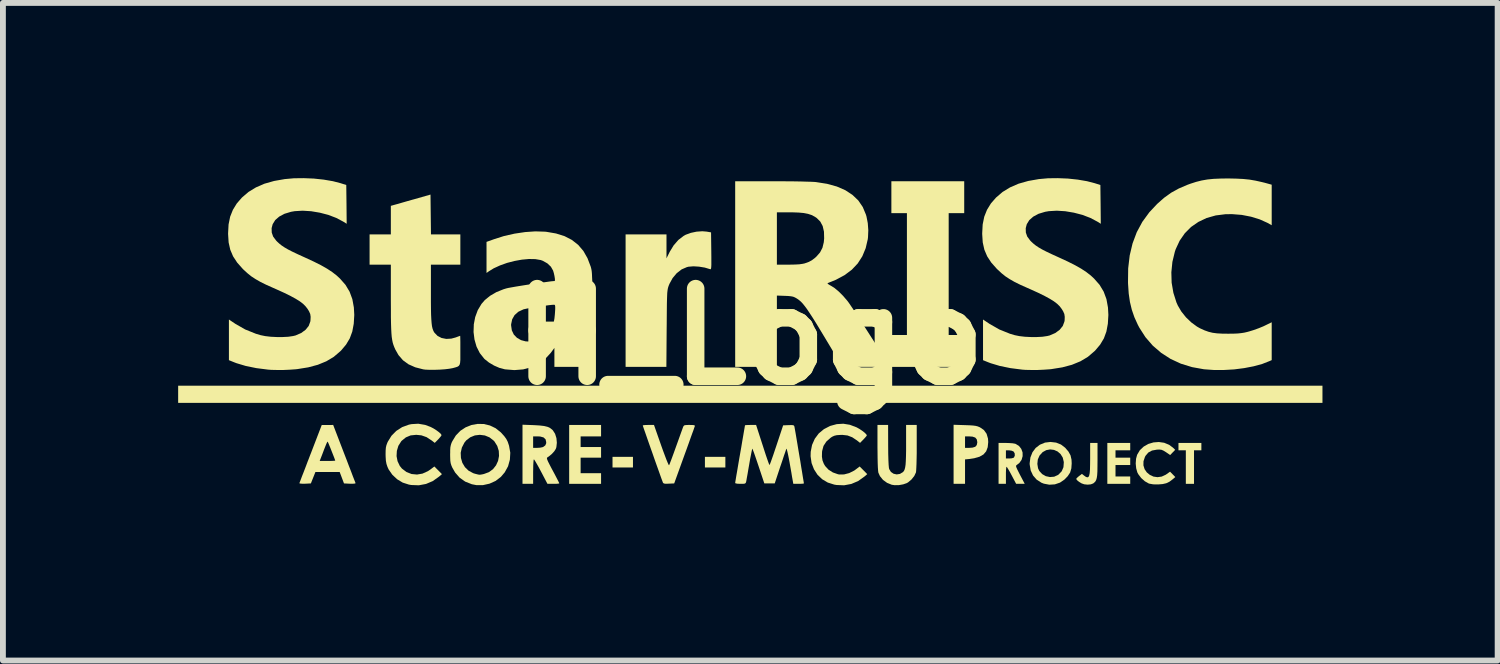
<source format=kicad_pcb>
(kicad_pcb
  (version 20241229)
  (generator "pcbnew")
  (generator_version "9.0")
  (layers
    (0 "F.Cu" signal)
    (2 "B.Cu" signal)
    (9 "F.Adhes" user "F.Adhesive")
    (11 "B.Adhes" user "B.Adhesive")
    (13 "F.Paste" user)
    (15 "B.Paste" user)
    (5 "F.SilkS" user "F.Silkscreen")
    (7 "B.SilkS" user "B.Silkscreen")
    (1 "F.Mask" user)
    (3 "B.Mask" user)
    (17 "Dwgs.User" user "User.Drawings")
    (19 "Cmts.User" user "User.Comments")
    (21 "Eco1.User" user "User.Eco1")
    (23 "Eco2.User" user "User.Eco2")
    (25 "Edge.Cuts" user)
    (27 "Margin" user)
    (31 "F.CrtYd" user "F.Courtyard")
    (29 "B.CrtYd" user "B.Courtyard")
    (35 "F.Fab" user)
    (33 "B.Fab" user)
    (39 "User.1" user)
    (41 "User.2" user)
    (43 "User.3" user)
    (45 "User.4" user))
  (footprint "H_Logo"
    (layer "F.Cu")
    (at 9.788 2.713)
    (property "Reference" "H_Logo" (at 0 0 0) (layer "F.SilkS") (effects (font (size 1.5 1.5) (thickness 0.3))))
    (attr board_only exclude_from_pos_files exclude_from_bom)
    (fp_poly (pts (xy -2.002 2.149) (xy -2.002 2.24) (xy -2.177 2.24) (xy -2.352 2.24) (xy -2.352 2.149) (xy -2.352 2.058) (xy -2.177 2.058) (xy -2.002 2.058)) (stroke (width 0) (type solid)) (fill yes) (layer "F.SilkS"))
    (fp_poly (pts (xy -0.42 2.149) (xy -0.42 2.24) (xy -0.595 2.24) (xy -0.77 2.24) (xy -0.77 2.149) (xy -0.77 2.058) (xy -0.595 2.058) (xy -0.42 2.058)) (stroke (width 0) (type solid)) (fill yes) (layer "F.SilkS"))
    (fp_poly (pts (xy 9.802 0.987) (xy 9.802 1.134) (xy 0.007 1.134) (xy -9.788 1.134) (xy -9.788 0.987) (xy -9.788 0.84) (xy 0.007 0.84) (xy 9.802 0.84)) (stroke (width 0) (type solid)) (fill yes) (layer "F.SilkS"))
    (fp_poly (pts (xy 7.729 1.883) (xy 7.729 1.946) (xy 7.666 1.946) (xy 7.603 1.946) (xy 7.603 2.233) (xy 7.603 2.52) (xy 7.533 2.52) (xy 7.463 2.52) (xy 7.463 2.233) (xy 7.463 1.946) (xy 7.4 1.946) (xy 7.337 1.946) (xy 7.337 1.883) (xy 7.337 1.82) (xy 7.533 1.82) (xy 7.729 1.82)) (stroke (width 0) (type solid)) (fill yes) (layer "F.SilkS"))
    (fp_poly (pts (xy -2.548 1.61) (xy -2.548 1.708) (xy -2.723 1.708) (xy -2.898 1.708) (xy -2.898 1.799) (xy -2.898 1.89) (xy -2.723 1.89) (xy -2.548 1.89) (xy -2.548 1.981) (xy -2.548 2.072) (xy -2.723 2.072) (xy -2.898 2.072) (xy -2.898 2.205) (xy -2.898 2.338) (xy -2.723 2.338) (xy -2.548 2.338) (xy -2.548 2.429) (xy -2.548 2.52) (xy -2.821 2.52) (xy -3.094 2.52) (xy -3.094 2.016) (xy -3.094 1.512) (xy -2.821 1.512) (xy -2.548 1.512)) (stroke (width 0) (type solid)) (fill yes) (layer "F.SilkS"))
    (fp_poly (pts (xy 3.669 -2.387) (xy 3.669 -2.114) (xy 3.536 -2.114) (xy 3.403 -2.114) (xy 3.403 -1.071) (xy 3.403 -0.028) (xy 3.536 -0.028) (xy 3.669 -0.028) (xy 3.669 0.245) (xy 3.669 0.518) (xy 3.045 0.518) (xy 2.422 0.518) (xy 2.422 0.245) (xy 2.422 -0.028) (xy 2.555 -0.028) (xy 2.688 -0.028) (xy 2.688 -1.071) (xy 2.688 -2.114) (xy 2.555 -2.114) (xy 2.422 -2.114) (xy 2.422 -2.387) (xy 2.422 -2.66) (xy 3.045 -2.66) (xy 3.669 -2.66)) (stroke (width 0) (type solid)) (fill yes) (layer "F.SilkS"))
    (fp_poly (pts (xy 6.511 1.883) (xy 6.511 1.946) (xy 6.385 1.946) (xy 6.259 1.946) (xy 6.259 2.009) (xy 6.259 2.072) (xy 6.385 2.072) (xy 6.511 2.072) (xy 6.511 2.135) (xy 6.511 2.198) (xy 6.385 2.198) (xy 6.259 2.198) (xy 6.259 2.296) (xy 6.259 2.394) (xy 6.385 2.394) (xy 6.511 2.394) (xy 6.511 2.457) (xy 6.511 2.52) (xy 6.315 2.52) (xy 6.119 2.52) (xy 6.119 2.17) (xy 6.119 1.82) (xy 6.315 1.82) (xy 6.511 1.82)) (stroke (width 0) (type solid)) (fill yes) (layer "F.SilkS"))
    (fp_poly (pts (xy 5.951 2.115) (xy 5.95 2.224) (xy 5.949 2.308) (xy 5.945 2.373) (xy 5.938 2.42) (xy 5.928 2.454) (xy 5.914 2.48) (xy 5.895 2.499) (xy 5.878 2.513) (xy 5.836 2.529) (xy 5.781 2.534) (xy 5.723 2.528) (xy 5.678 2.512) (xy 5.635 2.486) (xy 5.602 2.459) (xy 5.587 2.438) (xy 5.587 2.435) (xy 5.597 2.42) (xy 5.623 2.397) (xy 5.635 2.387) (xy 5.684 2.35) (xy 5.721 2.379) (xy 5.752 2.401) (xy 5.776 2.409) (xy 5.795 2.403) (xy 5.808 2.38) (xy 5.817 2.337) (xy 5.822 2.273) (xy 5.824 2.184) (xy 5.825 2.087) (xy 5.825 1.82) (xy 5.888 1.82) (xy 5.951 1.82)) (stroke (width 0) (type solid)) (fill yes) (layer "F.SilkS"))
    (fp_poly (pts (xy 3.68 1.515) (xy 3.762 1.518) (xy 3.822 1.522) (xy 3.866 1.528) (xy 3.901 1.537) (xy 3.932 1.55) (xy 3.939 1.553) (xy 4.006 1.599) (xy 4.052 1.663) (xy 4.076 1.745) (xy 4.08 1.805) (xy 4.071 1.893) (xy 4.045 1.963) (xy 3.999 2.017) (xy 3.931 2.056) (xy 3.84 2.082) (xy 3.763 2.094) (xy 3.683 2.102) (xy 3.683 2.311) (xy 3.683 2.52) (xy 3.585 2.52) (xy 3.487 2.52) (xy 3.487 2.015) (xy 3.487 1.708) (xy 3.683 1.708) (xy 3.683 1.806) (xy 3.683 1.904) (xy 3.756 1.904) (xy 3.812 1.9) (xy 3.854 1.887) (xy 3.861 1.883) (xy 3.884 1.856) (xy 3.892 1.816) (xy 3.893 1.806) (xy 3.884 1.759) (xy 3.858 1.728) (xy 3.811 1.712) (xy 3.756 1.708) (xy 3.683 1.708) (xy 3.487 1.708) (xy 3.487 1.509)) (stroke (width 0) (type solid)) (fill yes) (layer "F.SilkS"))
    (fp_poly (pts (xy 7.092 1.817) (xy 7.177 1.852) (xy 7.243 1.901) (xy 7.281 1.938) (xy 7.238 1.982) (xy 7.195 2.027) (xy 7.123 1.978) (xy 7.079 1.951) (xy 7.045 1.937) (xy 7.007 1.933) (xy 6.966 1.935) (xy 6.884 1.95) (xy 6.821 1.984) (xy 6.774 2.039) (xy 6.763 2.059) (xy 6.738 2.134) (xy 6.737 2.204) (xy 6.757 2.269) (xy 6.795 2.324) (xy 6.847 2.367) (xy 6.909 2.396) (xy 6.978 2.406) (xy 7.05 2.396) (xy 7.121 2.363) (xy 7.132 2.355) (xy 7.193 2.312) (xy 7.238 2.358) (xy 7.283 2.404) (xy 7.238 2.442) (xy 7.182 2.484) (xy 7.128 2.51) (xy 7.066 2.524) (xy 6.994 2.53) (xy 6.905 2.529) (xy 6.838 2.517) (xy 6.826 2.513) (xy 6.761 2.476) (xy 6.699 2.421) (xy 6.649 2.355) (xy 6.633 2.325) (xy 6.613 2.254) (xy 6.605 2.172) (xy 6.611 2.09) (xy 6.629 2.023) (xy 6.676 1.944) (xy 6.742 1.882) (xy 6.821 1.837) (xy 6.909 1.811) (xy 7.001 1.804)) (stroke (width 0) (type solid)) (fill yes) (layer "F.SilkS"))
    (fp_poly (pts (xy -0.741 -1.798) (xy -0.665 -1.785) (xy -0.661 -1.465) (xy -0.66 -1.363) (xy -0.66 -1.285) (xy -0.66 -1.228) (xy -0.662 -1.19) (xy -0.665 -1.167) (xy -0.67 -1.156) (xy -0.676 -1.153) (xy -0.682 -1.155) (xy -0.772 -1.182) (xy -0.87 -1.198) (xy -0.966 -1.204) (xy -1.051 -1.197) (xy -1.079 -1.19) (xy -1.169 -1.151) (xy -1.251 -1.088) (xy -1.322 -1.004) (xy -1.377 -0.904) (xy -1.389 -0.875) (xy -1.396 -0.855) (xy -1.402 -0.835) (xy -1.407 -0.812) (xy -1.411 -0.784) (xy -1.415 -0.748) (xy -1.417 -0.702) (xy -1.419 -0.643) (xy -1.421 -0.567) (xy -1.422 -0.473) (xy -1.423 -0.358) (xy -1.424 -0.219) (xy -1.425 -0.137) (xy -1.43 0.518) (xy -1.779 0.518) (xy -2.128 0.518) (xy -2.128 -0.616) (xy -2.128 -1.75) (xy -1.778 -1.75) (xy -1.428 -1.75) (xy -1.428 -1.546) (xy -1.428 -1.341) (xy -1.372 -1.453) (xy -1.305 -1.563) (xy -1.225 -1.655) (xy -1.135 -1.724) (xy -1.1 -1.744) (xy -1.013 -1.776) (xy -0.914 -1.797) (xy -0.815 -1.804)) (stroke (width 0) (type solid)) (fill yes) (layer "F.SilkS"))
    (fp_poly (pts (xy 2.367 1.866) (xy 2.368 2.003) (xy 2.371 2.112) (xy 2.375 2.194) (xy 2.38 2.248) (xy 2.385 2.268) (xy 2.414 2.316) (xy 2.459 2.347) (xy 2.513 2.359) (xy 2.569 2.35) (xy 2.619 2.32) (xy 2.623 2.316) (xy 2.638 2.298) (xy 2.649 2.273) (xy 2.658 2.239) (xy 2.665 2.193) (xy 2.669 2.132) (xy 2.672 2.052) (xy 2.674 1.95) (xy 2.674 1.824) (xy 2.674 1.811) (xy 2.674 1.512) (xy 2.765 1.512) (xy 2.856 1.512) (xy 2.856 1.894) (xy 2.856 1.997) (xy 2.854 2.093) (xy 2.852 2.179) (xy 2.849 2.248) (xy 2.846 2.298) (xy 2.843 2.324) (xy 2.814 2.386) (xy 2.767 2.445) (xy 2.709 2.494) (xy 2.685 2.508) (xy 2.624 2.529) (xy 2.551 2.542) (xy 2.478 2.543) (xy 2.429 2.536) (xy 2.348 2.503) (xy 2.278 2.452) (xy 2.226 2.388) (xy 2.199 2.328) (xy 2.195 2.298) (xy 2.191 2.244) (xy 2.188 2.169) (xy 2.186 2.076) (xy 2.185 1.97) (xy 2.184 1.894) (xy 2.184 1.512) (xy 2.275 1.512) (xy 2.366 1.512)) (stroke (width 0) (type solid)) (fill yes) (layer "F.SilkS"))
    (fp_poly (pts (xy 4.443 1.822) (xy 4.498 1.826) (xy 4.538 1.833) (xy 4.546 1.835) (xy 4.606 1.871) (xy 4.646 1.922) (xy 4.668 1.982) (xy 4.669 2.046) (xy 4.651 2.109) (xy 4.612 2.164) (xy 4.57 2.196) (xy 4.56 2.204) (xy 4.556 2.216) (xy 4.561 2.236) (xy 4.575 2.269) (xy 4.6 2.319) (xy 4.624 2.366) (xy 4.705 2.52) (xy 4.631 2.52) (xy 4.558 2.52) (xy 4.481 2.374) (xy 4.45 2.316) (xy 4.423 2.27) (xy 4.403 2.238) (xy 4.393 2.227) (xy 4.389 2.24) (xy 4.385 2.275) (xy 4.383 2.326) (xy 4.383 2.373) (xy 4.383 2.52) (xy 4.32 2.52) (xy 4.257 2.52) (xy 4.257 2.17) (xy 4.257 1.946) (xy 4.383 1.946) (xy 4.383 2.016) (xy 4.383 2.086) (xy 4.443 2.086) (xy 4.484 2.083) (xy 4.514 2.073) (xy 4.52 2.07) (xy 4.535 2.037) (xy 4.533 1.998) (xy 4.514 1.967) (xy 4.512 1.966) (xy 4.482 1.953) (xy 4.441 1.947) (xy 4.435 1.947) (xy 4.383 1.946) (xy 4.257 1.946) (xy 4.257 1.82) (xy 4.382 1.82)) (stroke (width 0) (type solid)) (fill yes) (layer "F.SilkS"))
    (fp_poly (pts (xy 5.242 1.814) (xy 5.325 1.847) (xy 5.396 1.901) (xy 5.453 1.967) (xy 5.489 2.032) (xy 5.506 2.107) (xy 5.509 2.17) (xy 5.503 2.256) (xy 5.482 2.327) (xy 5.441 2.389) (xy 5.386 2.446) (xy 5.309 2.499) (xy 5.221 2.529) (xy 5.126 2.535) (xy 5.032 2.517) (xy 4.991 2.501) (xy 4.909 2.448) (xy 4.847 2.377) (xy 4.807 2.291) (xy 4.79 2.19) (xy 4.79 2.179) (xy 4.921 2.179) (xy 4.933 2.254) (xy 4.954 2.299) (xy 5.003 2.353) (xy 5.066 2.389) (xy 5.137 2.404) (xy 5.209 2.398) (xy 5.275 2.368) (xy 5.283 2.362) (xy 5.338 2.305) (xy 5.368 2.235) (xy 5.374 2.151) (xy 5.374 2.147) (xy 5.356 2.071) (xy 5.318 2.01) (xy 5.267 1.966) (xy 5.206 1.939) (xy 5.14 1.931) (xy 5.074 1.943) (xy 5.012 1.977) (xy 4.96 2.034) (xy 4.959 2.035) (xy 4.929 2.103) (xy 4.921 2.179) (xy 4.79 2.179) (xy 4.789 2.17) (xy 4.802 2.069) (xy 4.837 1.98) (xy 4.892 1.906) (xy 4.965 1.85) (xy 5.052 1.814) (xy 5.145 1.803)) (stroke (width 0) (type solid)) (fill yes) (layer "F.SilkS"))
    (fp_poly (pts (xy 1.711 1.509) (xy 1.827 1.553) (xy 1.875 1.58) (xy 1.923 1.612) (xy 1.964 1.644) (xy 1.993 1.673) (xy 2.002 1.691) (xy 1.993 1.705) (xy 1.97 1.732) (xy 1.944 1.76) (xy 1.886 1.819) (xy 1.833 1.777) (xy 1.752 1.723) (xy 1.671 1.692) (xy 1.582 1.682) (xy 1.546 1.683) (xy 1.487 1.687) (xy 1.445 1.697) (xy 1.408 1.714) (xy 1.384 1.73) (xy 1.309 1.796) (xy 1.26 1.871) (xy 1.237 1.957) (xy 1.235 1.974) (xy 1.233 2.055) (xy 1.243 2.12) (xy 1.266 2.178) (xy 1.288 2.215) (xy 1.345 2.277) (xy 1.42 2.325) (xy 1.505 2.355) (xy 1.528 2.36) (xy 1.612 2.359) (xy 1.7 2.336) (xy 1.786 2.293) (xy 1.812 2.274) (xy 1.879 2.223) (xy 1.944 2.288) (xy 2.009 2.354) (xy 1.96 2.396) (xy 1.852 2.473) (xy 1.736 2.522) (xy 1.613 2.545) (xy 1.483 2.54) (xy 1.443 2.533) (xy 1.333 2.498) (xy 1.237 2.441) (xy 1.157 2.364) (xy 1.097 2.271) (xy 1.056 2.165) (xy 1.039 2.048) (xy 1.041 1.972) (xy 1.064 1.854) (xy 1.111 1.748) (xy 1.179 1.657) (xy 1.267 1.584) (xy 1.373 1.529) (xy 1.487 1.498) (xy 1.599 1.491)) (stroke (width 0) (type solid)) (fill yes) (layer "F.SilkS"))
    (fp_poly (pts (xy -1.519 1.863) (xy -1.486 1.955) (xy -1.455 2.038) (xy -1.429 2.107) (xy -1.407 2.16) (xy -1.392 2.193) (xy -1.385 2.202) (xy -1.381 2.196) (xy -1.374 2.18) (xy -1.364 2.154) (xy -1.349 2.115) (xy -1.329 2.061) (xy -1.303 1.99) (xy -1.271 1.901) (xy -1.231 1.79) (xy -1.183 1.656) (xy -1.145 1.551) (xy -1.136 1.531) (xy -1.123 1.519) (xy -1.099 1.514) (xy -1.056 1.512) (xy -1.034 1.512) (xy -0.983 1.513) (xy -0.954 1.516) (xy -0.943 1.523) (xy -0.944 1.536) (xy -0.944 1.537) (xy -0.951 1.555) (xy -0.965 1.597) (xy -0.988 1.659) (xy -1.016 1.737) (xy -1.049 1.83) (xy -1.086 1.933) (xy -1.124 2.037) (xy -1.296 2.513) (xy -1.388 2.517) (xy -1.439 2.519) (xy -1.469 2.515) (xy -1.485 2.506) (xy -1.49 2.496) (xy -1.5 2.469) (xy -1.518 2.421) (xy -1.541 2.356) (xy -1.569 2.277) (xy -1.601 2.188) (xy -1.635 2.092) (xy -1.669 1.994) (xy -1.704 1.896) (xy -1.737 1.802) (xy -1.767 1.716) (xy -1.793 1.641) (xy -1.814 1.582) (xy -1.828 1.54) (xy -1.834 1.521) (xy -1.834 1.52) (xy -1.821 1.516) (xy -1.788 1.513) (xy -1.74 1.512) (xy -1.738 1.512) (xy -1.642 1.512)) (stroke (width 0) (type solid)) (fill yes) (layer "F.SilkS"))
    (fp_poly (pts (xy -6.945 2.004) (xy -6.902 2.115) (xy -6.863 2.218) (xy -6.827 2.31) (xy -6.798 2.388) (xy -6.774 2.449) (xy -6.758 2.49) (xy -6.751 2.508) (xy -6.751 2.509) (xy -6.761 2.515) (xy -6.794 2.518) (xy -6.842 2.518) (xy -6.848 2.518) (xy -6.949 2.513) (xy -6.986 2.415) (xy -7.023 2.317) (xy -7.231 2.317) (xy -7.438 2.317) (xy -7.477 2.415) (xy -7.516 2.513) (xy -7.617 2.518) (xy -7.666 2.518) (xy -7.7 2.515) (xy -7.713 2.51) (xy -7.713 2.509) (xy -7.707 2.494) (xy -7.692 2.455) (xy -7.67 2.396) (xy -7.64 2.32) (xy -7.605 2.229) (xy -7.567 2.128) (xy -7.365 2.128) (xy -7.232 2.128) (xy -7.175 2.128) (xy -7.13 2.126) (xy -7.104 2.124) (xy -7.099 2.122) (xy -7.104 2.107) (xy -7.117 2.071) (xy -7.136 2.023) (xy -7.158 1.967) (xy -7.18 1.911) (xy -7.201 1.86) (xy -7.217 1.821) (xy -7.227 1.801) (xy -7.228 1.799) (xy -7.232 1.799) (xy -7.239 1.81) (xy -7.25 1.833) (xy -7.266 1.872) (xy -7.289 1.93) (xy -7.319 2.01) (xy -7.331 2.041) (xy -7.365 2.128) (xy -7.567 2.128) (xy -7.566 2.127) (xy -7.524 2.017) (xy -7.519 2.005) (xy -7.33 1.513) (xy -7.232 1.513) (xy -7.134 1.512)) (stroke (width 0) (type solid)) (fill yes) (layer "F.SilkS"))
    (fp_poly (pts (xy -5.56 1.511) (xy -5.466 1.546) (xy -5.416 1.572) (xy -5.366 1.604) (xy -5.323 1.636) (xy -5.292 1.664) (xy -5.279 1.685) (xy -5.279 1.686) (xy -5.288 1.703) (xy -5.312 1.732) (xy -5.337 1.76) (xy -5.395 1.819) (xy -5.448 1.778) (xy -5.535 1.721) (xy -5.623 1.69) (xy -5.712 1.681) (xy -5.809 1.691) (xy -5.89 1.725) (xy -5.96 1.782) (xy -5.97 1.793) (xy -6.018 1.869) (xy -6.044 1.956) (xy -6.049 2.046) (xy -6.032 2.133) (xy -5.994 2.213) (xy -5.957 2.259) (xy -5.879 2.318) (xy -5.792 2.352) (xy -5.699 2.361) (xy -5.605 2.345) (xy -5.512 2.303) (xy -5.469 2.274) (xy -5.402 2.223) (xy -5.337 2.288) (xy -5.272 2.354) (xy -5.321 2.396) (xy -5.429 2.473) (xy -5.545 2.522) (xy -5.668 2.545) (xy -5.798 2.54) (xy -5.838 2.533) (xy -5.944 2.499) (xy -6.04 2.441) (xy -6.122 2.364) (xy -6.185 2.273) (xy -6.205 2.229) (xy -6.222 2.178) (xy -6.232 2.123) (xy -6.236 2.056) (xy -6.237 2.016) (xy -6.236 1.949) (xy -6.232 1.9) (xy -6.223 1.86) (xy -6.208 1.819) (xy -6.199 1.799) (xy -6.136 1.697) (xy -6.054 1.614) (xy -5.953 1.549) (xy -5.838 1.507) (xy -5.794 1.498) (xy -5.677 1.491)) (stroke (width 0) (type solid)) (fill yes) (layer "F.SilkS"))
    (fp_poly (pts (xy -3.7 1.515) (xy -3.6 1.521) (xy -3.523 1.53) (xy -3.465 1.544) (xy -3.42 1.565) (xy -3.383 1.594) (xy -3.372 1.606) (xy -3.335 1.664) (xy -3.312 1.738) (xy -3.305 1.817) (xy -3.313 1.892) (xy -3.323 1.922) (xy -3.35 1.964) (xy -3.392 2.01) (xy -3.442 2.051) (xy -3.465 2.066) (xy -3.473 2.073) (xy -3.475 2.085) (xy -3.47 2.105) (xy -3.456 2.138) (xy -3.432 2.186) (xy -3.397 2.253) (xy -3.376 2.292) (xy -3.339 2.361) (xy -3.307 2.423) (xy -3.282 2.471) (xy -3.267 2.502) (xy -3.263 2.512) (xy -3.275 2.516) (xy -3.309 2.519) (xy -3.357 2.52) (xy -3.364 2.52) (xy -3.466 2.52) (xy -3.576 2.31) (xy -3.613 2.241) (xy -3.646 2.182) (xy -3.673 2.136) (xy -3.692 2.107) (xy -3.698 2.1) (xy -3.703 2.114) (xy -3.706 2.15) (xy -3.709 2.205) (xy -3.71 2.273) (xy -3.711 2.31) (xy -3.711 2.52) (xy -3.802 2.52) (xy -3.893 2.52) (xy -3.893 2.014) (xy -3.893 1.708) (xy -3.711 1.708) (xy -3.711 1.806) (xy -3.711 1.904) (xy -3.64 1.904) (xy -3.592 1.901) (xy -3.551 1.893) (xy -3.538 1.888) (xy -3.503 1.862) (xy -3.488 1.828) (xy -3.487 1.805) (xy -3.498 1.758) (xy -3.532 1.726) (xy -3.589 1.71) (xy -3.627 1.708) (xy -3.711 1.708) (xy -3.893 1.708) (xy -3.893 1.508)) (stroke (width 0) (type solid)) (fill yes) (layer "F.SilkS"))
    (fp_poly (pts (xy -4.555 1.496) (xy -4.451 1.521) (xy -4.353 1.568) (xy -4.264 1.639) (xy -4.256 1.648) (xy -4.206 1.703) (xy -4.171 1.751) (xy -4.146 1.8) (xy -4.126 1.86) (xy -4.123 1.87) (xy -4.102 1.988) (xy -4.109 2.106) (xy -4.14 2.219) (xy -4.197 2.323) (xy -4.263 2.401) (xy -4.353 2.47) (xy -4.457 2.517) (xy -4.569 2.542) (xy -4.683 2.542) (xy -4.76 2.527) (xy -4.874 2.482) (xy -4.969 2.415) (xy -5.046 2.327) (xy -5.095 2.242) (xy -5.112 2.202) (xy -5.123 2.165) (xy -5.129 2.123) (xy -5.131 2.068) (xy -5.132 2.016) (xy -5.131 1.988) (xy -4.951 1.988) (xy -4.947 2.077) (xy -4.923 2.16) (xy -4.878 2.235) (xy -4.816 2.295) (xy -4.736 2.338) (xy -4.707 2.347) (xy -4.664 2.358) (xy -4.636 2.364) (xy -4.611 2.363) (xy -4.577 2.357) (xy -4.552 2.351) (xy -4.468 2.32) (xy -4.398 2.269) (xy -4.346 2.203) (xy -4.311 2.126) (xy -4.295 2.042) (xy -4.299 1.956) (xy -4.325 1.872) (xy -4.373 1.795) (xy -4.387 1.78) (xy -4.457 1.725) (xy -4.537 1.692) (xy -4.623 1.681) (xy -4.708 1.691) (xy -4.787 1.723) (xy -4.856 1.776) (xy -4.887 1.814) (xy -4.931 1.899) (xy -4.951 1.988) (xy -5.131 1.988) (xy -5.131 1.946) (xy -5.128 1.896) (xy -5.12 1.856) (xy -5.108 1.819) (xy -5.094 1.79) (xy -5.034 1.692) (xy -4.957 1.612) (xy -4.867 1.553) (xy -4.767 1.513) (xy -4.662 1.494)) (stroke (width 0) (type solid)) (fill yes) (layer "F.SilkS"))
    (fp_poly (pts (xy -5.464 -2.091) (xy -5.46 -1.75) (xy -5.209 -1.75) (xy -4.957 -1.75) (xy -4.957 -1.491) (xy -4.957 -1.232) (xy -5.209 -1.232) (xy -5.461 -1.232) (xy -5.461 -0.743) (xy -5.461 -0.596) (xy -5.46 -0.474) (xy -5.458 -0.375) (xy -5.454 -0.295) (xy -5.449 -0.231) (xy -5.443 -0.181) (xy -5.434 -0.141) (xy -5.423 -0.109) (xy -5.41 -0.082) (xy -5.4 -0.067) (xy -5.348 -0.013) (xy -5.279 0.023) (xy -5.198 0.039) (xy -5.111 0.034) (xy -5.037 0.014) (xy -4.997 -0.001) (xy -4.969 -0.011) (xy -4.96 -0.014) (xy -4.959 -0.001) (xy -4.958 0.036) (xy -4.957 0.092) (xy -4.957 0.163) (xy -4.957 0.238) (xy -4.957 0.33) (xy -4.957 0.398) (xy -4.961 0.447) (xy -4.969 0.479) (xy -4.984 0.501) (xy -5.006 0.515) (xy -5.039 0.526) (xy -5.084 0.538) (xy -5.092 0.54) (xy -5.148 0.55) (xy -5.223 0.559) (xy -5.31 0.565) (xy -5.4 0.568) (xy -5.484 0.568) (xy -5.555 0.565) (xy -5.593 0.56) (xy -5.729 0.525) (xy -5.844 0.474) (xy -5.939 0.405) (xy -6.016 0.316) (xy -6.071 0.219) (xy -6.088 0.18) (xy -6.103 0.141) (xy -6.115 0.101) (xy -6.124 0.056) (xy -6.132 0.003) (xy -6.137 -0.059) (xy -6.141 -0.136) (xy -6.144 -0.228) (xy -6.146 -0.34) (xy -6.146 -0.473) (xy -6.147 -0.632) (xy -6.147 -0.641) (xy -6.147 -1.232) (xy -6.329 -1.232) (xy -6.511 -1.232) (xy -6.511 -1.491) (xy -6.511 -1.75) (xy -6.329 -1.75) (xy -6.147 -1.75) (xy -6.147 -1.995) (xy -6.147 -2.239) (xy -6.094 -2.254) (xy -6.065 -2.262) (xy -6.014 -2.276) (xy -5.946 -2.296) (xy -5.866 -2.319) (xy -5.778 -2.344) (xy -5.755 -2.35) (xy -5.468 -2.432)) (stroke (width 0) (type solid)) (fill yes) (layer "F.SilkS"))
    (fp_poly (pts (xy 8.325 -2.705) (xy 8.446 -2.699) (xy 8.554 -2.688) (xy 8.658 -2.67) (xy 8.765 -2.646) (xy 8.818 -2.633) (xy 8.933 -2.601) (xy 8.933 -2.254) (xy 8.933 -1.907) (xy 8.86 -1.948) (xy 8.729 -2.007) (xy 8.58 -2.053) (xy 8.42 -2.084) (xy 8.256 -2.097) (xy 8.143 -2.096) (xy 7.975 -2.075) (xy 7.819 -2.031) (xy 7.678 -1.964) (xy 7.552 -1.877) (xy 7.445 -1.769) (xy 7.357 -1.642) (xy 7.29 -1.498) (xy 7.275 -1.454) (xy 7.233 -1.28) (xy 7.215 -1.101) (xy 7.22 -0.923) (xy 7.25 -0.75) (xy 7.302 -0.586) (xy 7.326 -0.532) (xy 7.386 -0.43) (xy 7.465 -0.331) (xy 7.557 -0.243) (xy 7.654 -0.172) (xy 7.705 -0.143) (xy 7.782 -0.108) (xy 7.852 -0.083) (xy 7.921 -0.066) (xy 7.997 -0.056) (xy 8.088 -0.051) (xy 8.191 -0.05) (xy 8.282 -0.051) (xy 8.352 -0.054) (xy 8.409 -0.06) (xy 8.462 -0.068) (xy 8.518 -0.081) (xy 8.547 -0.089) (xy 8.625 -0.113) (xy 8.711 -0.144) (xy 8.789 -0.176) (xy 8.81 -0.186) (xy 8.933 -0.246) (xy 8.933 0.078) (xy 8.933 0.402) (xy 8.895 0.419) (xy 8.77 0.468) (xy 8.623 0.508) (xy 8.462 0.539) (xy 8.29 0.561) (xy 8.115 0.571) (xy 7.942 0.571) (xy 7.776 0.559) (xy 7.775 0.559) (xy 7.57 0.522) (xy 7.378 0.463) (xy 7.201 0.381) (xy 7.04 0.277) (xy 6.897 0.154) (xy 6.772 0.01) (xy 6.668 -0.152) (xy 6.641 -0.203) (xy 6.582 -0.333) (xy 6.538 -0.461) (xy 6.506 -0.594) (xy 6.485 -0.739) (xy 6.474 -0.903) (xy 6.473 -0.931) (xy 6.476 -1.169) (xy 6.502 -1.39) (xy 6.551 -1.596) (xy 6.623 -1.788) (xy 6.719 -1.966) (xy 6.839 -2.13) (xy 6.971 -2.271) (xy 7.091 -2.377) (xy 7.212 -2.464) (xy 7.343 -2.536) (xy 7.49 -2.599) (xy 7.539 -2.617) (xy 7.638 -2.649) (xy 7.733 -2.673) (xy 7.83 -2.69) (xy 7.936 -2.701) (xy 8.057 -2.706) (xy 8.184 -2.708)) (stroke (width 0) (type solid)) (fill yes) (layer "F.SilkS"))
    (fp_poly (pts (xy 0.217 1.855) (xy 0.247 1.948) (xy 0.274 2.031) (xy 0.298 2.101) (xy 0.317 2.155) (xy 0.33 2.188) (xy 0.335 2.198) (xy 0.342 2.186) (xy 0.356 2.15) (xy 0.376 2.094) (xy 0.401 2.023) (xy 0.429 1.939) (xy 0.456 1.859) (xy 0.569 1.519) (xy 0.662 1.515) (xy 0.712 1.514) (xy 0.741 1.516) (xy 0.755 1.524) (xy 0.762 1.54) (xy 0.763 1.543) (xy 0.766 1.563) (xy 0.774 1.607) (xy 0.785 1.669) (xy 0.798 1.747) (xy 0.813 1.836) (xy 0.829 1.933) (xy 0.846 2.033) (xy 0.863 2.133) (xy 0.878 2.229) (xy 0.893 2.318) (xy 0.905 2.394) (xy 0.915 2.454) (xy 0.922 2.495) (xy 0.924 2.512) (xy 0.924 2.513) (xy 0.911 2.517) (xy 0.878 2.519) (xy 0.834 2.52) (xy 0.743 2.52) (xy 0.735 2.475) (xy 0.73 2.447) (xy 0.721 2.397) (xy 0.71 2.329) (xy 0.696 2.25) (xy 0.681 2.164) (xy 0.681 2.163) (xy 0.666 2.083) (xy 0.652 2.014) (xy 0.64 1.961) (xy 0.631 1.928) (xy 0.625 1.918) (xy 0.625 1.918) (xy 0.618 1.937) (xy 0.604 1.979) (xy 0.583 2.038) (xy 0.559 2.112) (xy 0.531 2.195) (xy 0.52 2.226) (xy 0.425 2.513) (xy 0.336 2.513) (xy 0.247 2.513) (xy 0.148 2.216) (xy 0.119 2.13) (xy 0.093 2.054) (xy 0.071 1.991) (xy 0.054 1.946) (xy 0.044 1.921) (xy 0.042 1.918) (xy 0.037 1.931) (xy 0.029 1.968) (xy 0.018 2.024) (xy 0.004 2.095) (xy -0.01 2.176) (xy -0.012 2.188) (xy -0.027 2.273) (xy -0.04 2.351) (xy -0.052 2.416) (xy -0.06 2.463) (xy -0.065 2.488) (xy -0.066 2.489) (xy -0.072 2.506) (xy -0.087 2.516) (xy -0.116 2.52) (xy -0.163 2.52) (xy -0.213 2.518) (xy -0.245 2.512) (xy -0.252 2.505) (xy -0.25 2.489) (xy -0.243 2.447) (xy -0.233 2.385) (xy -0.219 2.305) (xy -0.203 2.21) (xy -0.185 2.104) (xy -0.168 2.007) (xy -0.148 1.894) (xy -0.131 1.791) (xy -0.115 1.699) (xy -0.102 1.623) (xy -0.092 1.565) (xy -0.086 1.529) (xy -0.084 1.518) (xy -0.071 1.515) (xy -0.038 1.513) (xy 0.01 1.512) (xy 0.011 1.512) (xy 0.106 1.512)) (stroke (width 0) (type solid)) (fill yes) (layer "F.SilkS"))
    (fp_poly (pts (xy 0.507 -2.66) (xy 0.639 -2.659) (xy 0.763 -2.658) (xy 0.875 -2.656) (xy 0.973 -2.653) (xy 1.053 -2.651) (xy 1.11 -2.648) (xy 1.131 -2.646) (xy 1.321 -2.616) (xy 1.488 -2.57) (xy 1.633 -2.507) (xy 1.755 -2.427) (xy 1.855 -2.332) (xy 1.932 -2.219) (xy 1.986 -2.09) (xy 1.996 -2.056) (xy 2.018 -1.943) (xy 2.027 -1.821) (xy 2.022 -1.704) (xy 2.018 -1.668) (xy 1.982 -1.514) (xy 1.925 -1.376) (xy 1.846 -1.253) (xy 1.745 -1.146) (xy 1.621 -1.053) (xy 1.472 -0.973) (xy 1.339 -0.919) (xy 1.328 -0.911) (xy 1.336 -0.901) (xy 1.365 -0.883) (xy 1.384 -0.873) (xy 1.448 -0.833) (xy 1.52 -0.773) (xy 1.596 -0.697) (xy 1.669 -0.612) (xy 1.682 -0.595) (xy 1.699 -0.571) (xy 1.729 -0.527) (xy 1.769 -0.467) (xy 1.817 -0.393) (xy 1.872 -0.309) (xy 1.932 -0.217) (xy 1.995 -0.12) (xy 2.059 -0.02) (xy 2.122 0.078) (xy 2.183 0.174) (xy 2.24 0.262) (xy 2.29 0.342) (xy 2.333 0.41) (xy 2.365 0.463) (xy 2.387 0.498) (xy 2.394 0.512) (xy 2.394 0.512) (xy 2.381 0.514) (xy 2.343 0.515) (xy 2.284 0.516) (xy 2.208 0.517) (xy 2.117 0.518) (xy 2.016 0.518) (xy 1.989 0.518) (xy 1.584 0.518) (xy 1.293 0.034) (xy 1.208 -0.107) (xy 1.136 -0.226) (xy 1.074 -0.325) (xy 1.021 -0.406) (xy 0.977 -0.472) (xy 0.938 -0.524) (xy 0.905 -0.565) (xy 0.874 -0.598) (xy 0.845 -0.623) (xy 0.816 -0.644) (xy 0.806 -0.651) (xy 0.771 -0.671) (xy 0.739 -0.684) (xy 0.702 -0.691) (xy 0.651 -0.696) (xy 0.6 -0.698) (xy 0.462 -0.703) (xy 0.462 -0.092) (xy 0.462 0.518) (xy 0.105 0.518) (xy -0.252 0.518) (xy -0.252 -1.071) (xy -0.252 -2.128) (xy 0.462 -2.128) (xy 0.462 -1.68) (xy 0.462 -1.232) (xy 0.663 -1.232) (xy 0.766 -1.234) (xy 0.845 -1.238) (xy 0.906 -1.247) (xy 0.938 -1.254) (xy 1.005 -1.278) (xy 1.06 -1.307) (xy 1.114 -1.348) (xy 1.139 -1.371) (xy 1.201 -1.442) (xy 1.242 -1.521) (xy 1.265 -1.616) (xy 1.271 -1.682) (xy 1.268 -1.797) (xy 1.246 -1.893) (xy 1.204 -1.971) (xy 1.141 -2.033) (xy 1.109 -2.054) (xy 1.055 -2.082) (xy 0.994 -2.102) (xy 0.922 -2.116) (xy 0.835 -2.124) (xy 0.726 -2.128) (xy 0.676 -2.128) (xy 0.462 -2.128) (xy -0.252 -2.128) (xy -0.252 -2.66) (xy 0.372 -2.66)) (stroke (width 0) (type solid)) (fill yes) (layer "F.SilkS"))
    (fp_poly (pts (xy -7.466 -2.706) (xy -7.297 -2.688) (xy -7.139 -2.661) (xy -7.008 -2.627) (xy -6.91 -2.596) (xy -6.906 -2.264) (xy -6.903 -1.932) (xy -6.962 -1.969) (xy -7.081 -2.032) (xy -7.217 -2.084) (xy -7.363 -2.122) (xy -7.512 -2.147) (xy -7.657 -2.156) (xy -7.792 -2.148) (xy -7.856 -2.137) (xy -7.968 -2.103) (xy -8.058 -2.055) (xy -8.126 -1.996) (xy -8.17 -1.925) (xy -8.188 -1.857) (xy -8.186 -1.782) (xy -8.162 -1.713) (xy -8.112 -1.646) (xy -8.094 -1.627) (xy -8.056 -1.592) (xy -8.016 -1.56) (xy -7.968 -1.528) (xy -7.91 -1.494) (xy -7.838 -1.457) (xy -7.748 -1.414) (xy -7.636 -1.363) (xy -7.612 -1.352) (xy -7.465 -1.284) (xy -7.342 -1.222) (xy -7.238 -1.163) (xy -7.15 -1.105) (xy -7.074 -1.046) (xy -7.017 -0.993) (xy -6.923 -0.886) (xy -6.853 -0.769) (xy -6.806 -0.642) (xy -6.78 -0.499) (xy -6.773 -0.371) (xy -6.782 -0.22) (xy -6.807 -0.087) (xy -6.85 0.03) (xy -6.914 0.137) (xy -7 0.239) (xy -7.014 0.252) (xy -7.124 0.346) (xy -7.251 0.422) (xy -7.397 0.482) (xy -7.562 0.526) (xy -7.749 0.556) (xy -7.777 0.559) (xy -7.877 0.566) (xy -7.986 0.571) (xy -8.094 0.571) (xy -8.192 0.569) (xy -8.247 0.565) (xy -8.45 0.539) (xy -8.631 0.502) (xy -8.788 0.455) (xy -8.83 0.439) (xy -8.919 0.403) (xy -8.919 0.055) (xy -8.919 -0.293) (xy -8.807 -0.218) (xy -8.641 -0.123) (xy -8.457 -0.049) (xy -8.376 -0.025) (xy -8.297 -0.009) (xy -8.203 0.002) (xy -8.1 0.007) (xy -7.998 0.007) (xy -7.902 0.002) (xy -7.821 -0.01) (xy -7.779 -0.02) (xy -7.682 -0.062) (xy -7.607 -0.117) (xy -7.554 -0.182) (xy -7.526 -0.257) (xy -7.523 -0.278) (xy -7.52 -0.339) (xy -7.527 -0.387) (xy -7.548 -0.435) (xy -7.575 -0.478) (xy -7.608 -0.52) (xy -7.65 -0.562) (xy -7.705 -0.604) (xy -7.774 -0.647) (xy -7.862 -0.695) (xy -7.969 -0.748) (xy -8.099 -0.807) (xy -8.16 -0.834) (xy -8.281 -0.888) (xy -8.38 -0.937) (xy -8.462 -0.984) (xy -8.534 -1.031) (xy -8.599 -1.083) (xy -8.664 -1.142) (xy -8.683 -1.161) (xy -8.778 -1.268) (xy -8.848 -1.375) (xy -8.896 -1.488) (xy -8.924 -1.613) (xy -8.933 -1.755) (xy -8.933 -1.771) (xy -8.925 -1.921) (xy -8.898 -2.053) (xy -8.851 -2.171) (xy -8.784 -2.28) (xy -8.696 -2.381) (xy -8.584 -2.477) (xy -8.456 -2.555) (xy -8.311 -2.618) (xy -8.145 -2.665) (xy -7.963 -2.697) (xy -7.807 -2.711) (xy -7.639 -2.713)) (stroke (width 0) (type solid)) (fill yes) (layer "F.SilkS"))
    (fp_poly (pts (xy 5.444 -2.706) (xy 5.613 -2.688) (xy 5.771 -2.661) (xy 5.902 -2.627) (xy 6 -2.596) (xy 6.004 -2.264) (xy 6.007 -1.932) (xy 5.948 -1.969) (xy 5.829 -2.032) (xy 5.693 -2.084) (xy 5.547 -2.122) (xy 5.398 -2.147) (xy 5.253 -2.156) (xy 5.118 -2.148) (xy 5.054 -2.137) (xy 4.942 -2.103) (xy 4.852 -2.055) (xy 4.784 -1.996) (xy 4.74 -1.925) (xy 4.722 -1.857) (xy 4.724 -1.782) (xy 4.748 -1.713) (xy 4.798 -1.646) (xy 4.816 -1.627) (xy 4.854 -1.592) (xy 4.894 -1.56) (xy 4.942 -1.528) (xy 5 -1.494) (xy 5.072 -1.457) (xy 5.162 -1.414) (xy 5.274 -1.363) (xy 5.298 -1.352) (xy 5.445 -1.284) (xy 5.568 -1.222) (xy 5.672 -1.163) (xy 5.76 -1.105) (xy 5.836 -1.046) (xy 5.893 -0.993) (xy 5.987 -0.886) (xy 6.057 -0.769) (xy 6.104 -0.642) (xy 6.13 -0.499) (xy 6.137 -0.371) (xy 6.128 -0.22) (xy 6.103 -0.087) (xy 6.06 0.03) (xy 5.996 0.137) (xy 5.91 0.239) (xy 5.896 0.252) (xy 5.786 0.346) (xy 5.659 0.422) (xy 5.513 0.482) (xy 5.348 0.526) (xy 5.161 0.556) (xy 5.133 0.559) (xy 5.033 0.566) (xy 4.924 0.571) (xy 4.816 0.571) (xy 4.718 0.569) (xy 4.663 0.565) (xy 4.46 0.539) (xy 4.279 0.502) (xy 4.122 0.455) (xy 4.08 0.439) (xy 3.991 0.403) (xy 3.991 0.055) (xy 3.991 -0.293) (xy 4.103 -0.218) (xy 4.269 -0.123) (xy 4.453 -0.049) (xy 4.534 -0.025) (xy 4.613 -0.009) (xy 4.707 0.002) (xy 4.81 0.007) (xy 4.912 0.007) (xy 5.008 0.002) (xy 5.089 -0.01) (xy 5.131 -0.02) (xy 5.228 -0.062) (xy 5.303 -0.117) (xy 5.356 -0.182) (xy 5.384 -0.257) (xy 5.388 -0.278) (xy 5.39 -0.339) (xy 5.383 -0.387) (xy 5.362 -0.435) (xy 5.335 -0.478) (xy 5.303 -0.52) (xy 5.26 -0.562) (xy 5.205 -0.604) (xy 5.136 -0.647) (xy 5.048 -0.695) (xy 4.941 -0.748) (xy 4.811 -0.807) (xy 4.75 -0.834) (xy 4.629 -0.888) (xy 4.53 -0.937) (xy 4.448 -0.984) (xy 4.376 -1.031) (xy 4.311 -1.083) (xy 4.247 -1.142) (xy 4.227 -1.161) (xy 4.132 -1.268) (xy 4.062 -1.375) (xy 4.014 -1.488) (xy 3.986 -1.613) (xy 3.977 -1.755) (xy 3.977 -1.771) (xy 3.985 -1.921) (xy 4.012 -2.053) (xy 4.059 -2.171) (xy 4.126 -2.28) (xy 4.214 -2.381) (xy 4.326 -2.477) (xy 4.454 -2.555) (xy 4.599 -2.618) (xy 4.765 -2.665) (xy 4.947 -2.697) (xy 5.103 -2.711) (xy 5.271 -2.713)) (stroke (width 0) (type solid)) (fill yes) (layer "F.SilkS"))
    (fp_poly (pts (xy -3.514 -1.797) (xy -3.487 -1.795) (xy -3.319 -1.766) (xy -3.173 -1.72) (xy -3.047 -1.655) (xy -2.94 -1.571) (xy -2.851 -1.467) (xy -2.78 -1.342) (xy -2.724 -1.195) (xy -2.721 -1.183) (xy -2.716 -1.163) (xy -2.711 -1.139) (xy -2.707 -1.109) (xy -2.704 -1.071) (xy -2.702 -1.022) (xy -2.699 -0.961) (xy -2.698 -0.884) (xy -2.696 -0.79) (xy -2.695 -0.676) (xy -2.693 -0.54) (xy -2.692 -0.379) (xy -2.692 -0.291) (xy -2.687 0.518) (xy -3.017 0.518) (xy -3.347 0.518) (xy -3.347 0.356) (xy -3.347 0.193) (xy -3.411 0.28) (xy -3.507 0.384) (xy -3.618 0.466) (xy -3.744 0.525) (xy -3.882 0.561) (xy -4.032 0.573) (xy -4.192 0.56) (xy -4.201 0.558) (xy -4.288 0.535) (xy -4.38 0.495) (xy -4.468 0.443) (xy -4.541 0.385) (xy -4.548 0.378) (xy -4.624 0.282) (xy -4.68 0.171) (xy -4.715 0.049) (xy -4.731 -0.079) (xy -4.727 -0.192) (xy -4.088 -0.192) (xy -4.076 -0.108) (xy -4.042 -0.036) (xy -3.988 0.02) (xy -3.918 0.06) (xy -3.835 0.082) (xy -3.741 0.083) (xy -3.648 0.064) (xy -3.552 0.021) (xy -3.47 -0.046) (xy -3.405 -0.134) (xy -3.369 -0.209) (xy -3.357 -0.252) (xy -3.346 -0.313) (xy -3.339 -0.382) (xy -3.337 -0.408) (xy -3.333 -0.471) (xy -3.333 -0.512) (xy -3.336 -0.534) (xy -3.342 -0.544) (xy -3.353 -0.546) (xy -3.389 -0.544) (xy -3.445 -0.538) (xy -3.516 -0.528) (xy -3.594 -0.517) (xy -3.674 -0.505) (xy -3.75 -0.493) (xy -3.814 -0.481) (xy -3.86 -0.471) (xy -3.877 -0.467) (xy -3.964 -0.426) (xy -4.029 -0.368) (xy -4.07 -0.296) (xy -4.088 -0.21) (xy -4.088 -0.192) (xy -4.727 -0.192) (xy -4.727 -0.208) (xy -4.703 -0.334) (xy -4.659 -0.453) (xy -4.595 -0.56) (xy -4.537 -0.627) (xy -4.448 -0.699) (xy -4.34 -0.762) (xy -4.218 -0.811) (xy -4.172 -0.825) (xy -4.139 -0.833) (xy -4.084 -0.843) (xy -4.011 -0.856) (xy -3.925 -0.87) (xy -3.831 -0.885) (xy -3.733 -0.9) (xy -3.637 -0.914) (xy -3.547 -0.927) (xy -3.467 -0.938) (xy -3.403 -0.947) (xy -3.358 -0.951) (xy -3.343 -0.952) (xy -3.337 -0.964) (xy -3.339 -0.996) (xy -3.346 -1.04) (xy -3.357 -1.089) (xy -3.369 -1.13) (xy -3.407 -1.197) (xy -3.467 -1.254) (xy -3.543 -1.297) (xy -3.58 -1.311) (xy -3.673 -1.327) (xy -3.782 -1.329) (xy -3.904 -1.318) (xy -4.031 -1.295) (xy -4.158 -1.262) (xy -4.278 -1.219) (xy -4.387 -1.169) (xy -4.468 -1.119) (xy -4.509 -1.09) (xy -4.509 -1.356) (xy -4.509 -1.622) (xy -4.386 -1.666) (xy -4.211 -1.722) (xy -4.029 -1.763) (xy -3.848 -1.79) (xy -3.674 -1.802)) (stroke (width 0) (type solid)) (fill yes) (layer "F.SilkS")))
  (gr_rect
    (start -3 -3)
    (end 22.589 8.258)
    (stroke (width 0.1) (type default))
    (fill no)
    (layer "Edge.Cuts")))
</source>
